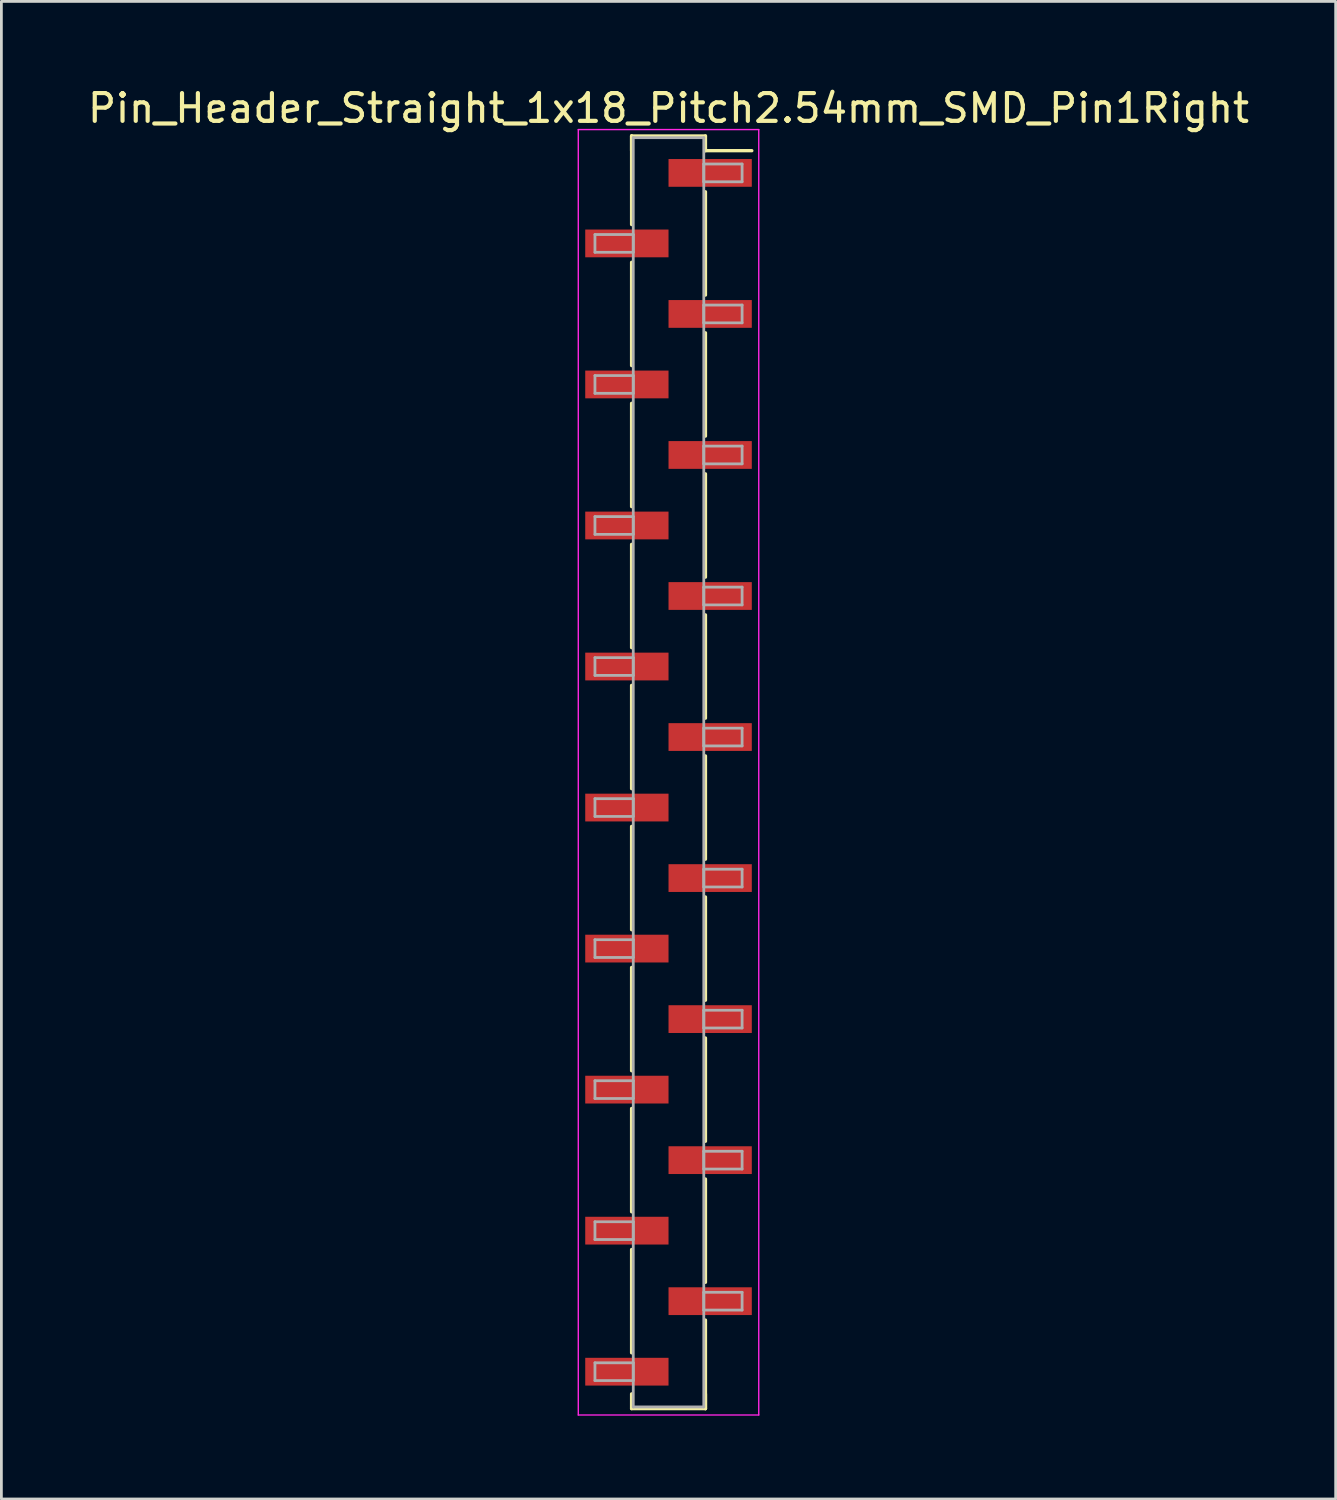
<source format=kicad_pcb>
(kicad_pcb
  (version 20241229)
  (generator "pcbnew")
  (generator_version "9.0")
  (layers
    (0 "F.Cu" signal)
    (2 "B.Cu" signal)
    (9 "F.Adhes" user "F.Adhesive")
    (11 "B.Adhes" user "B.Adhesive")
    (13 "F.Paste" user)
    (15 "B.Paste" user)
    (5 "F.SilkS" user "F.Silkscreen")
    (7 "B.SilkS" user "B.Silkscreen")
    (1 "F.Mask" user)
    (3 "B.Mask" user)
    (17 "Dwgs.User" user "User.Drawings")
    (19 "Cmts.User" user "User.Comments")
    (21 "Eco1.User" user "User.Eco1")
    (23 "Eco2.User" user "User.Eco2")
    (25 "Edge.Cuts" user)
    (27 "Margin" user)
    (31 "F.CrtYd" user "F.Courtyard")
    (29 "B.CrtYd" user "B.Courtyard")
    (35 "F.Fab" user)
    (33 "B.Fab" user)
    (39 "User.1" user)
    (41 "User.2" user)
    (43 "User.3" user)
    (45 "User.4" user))
  (footprint "Pin_Header_Straight_1x18_Pitch2.54mm_SMD_Pin1Right"
    (layer "F.Cu")
    (at 21.03 24.768)
    (property "Reference" "Pin_Header_Straight_1x18_Pitch2.54mm_SMD_Pin1Right" (at 0 -23.92 0) (layer "F.SilkS") (effects (font (size 1 1) (thickness 0.15))))
    (attr smd)
    (fp_line (start -1.33 -22.92) (end -1.33 -19.73) (stroke (width 0.12) (type solid)) (layer "F.SilkS"))
    (fp_line (start -1.33 -22.92) (end 1.33 -22.92) (stroke (width 0.12) (type solid)) (layer "F.SilkS"))
    (fp_line (start -1.33 -22.39) (end -1.33 -22.92) (stroke (width 0.12) (type solid)) (layer "F.SilkS"))
    (fp_line (start -1.33 -18.37) (end -1.33 -14.65) (stroke (width 0.12) (type solid)) (layer "F.SilkS"))
    (fp_line (start -1.33 -13.29) (end -1.33 -9.57) (stroke (width 0.12) (type solid)) (layer "F.SilkS"))
    (fp_line (start -1.33 -8.21) (end -1.33 -4.49) (stroke (width 0.12) (type solid)) (layer "F.SilkS"))
    (fp_line (start -1.33 -3.13) (end -1.33 0.59) (stroke (width 0.12) (type solid)) (layer "F.SilkS"))
    (fp_line (start -1.33 1.95) (end -1.33 5.67) (stroke (width 0.12) (type solid)) (layer "F.SilkS"))
    (fp_line (start -1.33 7.03) (end -1.33 10.75) (stroke (width 0.12) (type solid)) (layer "F.SilkS"))
    (fp_line (start -1.33 12.11) (end -1.33 15.83) (stroke (width 0.12) (type solid)) (layer "F.SilkS"))
    (fp_line (start -1.33 17.19) (end -1.33 20.91) (stroke (width 0.12) (type solid)) (layer "F.SilkS"))
    (fp_line (start -1.33 22.39) (end -1.33 22.92) (stroke (width 0.12) (type solid)) (layer "F.SilkS"))
    (fp_line (start -1.33 22.92) (end 1.33 22.92) (stroke (width 0.12) (type solid)) (layer "F.SilkS"))
    (fp_line (start 1.33 -22.92) (end 1.33 -22.39) (stroke (width 0.12) (type solid)) (layer "F.SilkS"))
    (fp_line (start 1.33 -22.39) (end 3 -22.39) (stroke (width 0.12) (type solid)) (layer "F.SilkS"))
    (fp_line (start 1.33 -20.91) (end 1.33 -17.19) (stroke (width 0.12) (type solid)) (layer "F.SilkS"))
    (fp_line (start 1.33 -15.83) (end 1.33 -12.11) (stroke (width 0.12) (type solid)) (layer "F.SilkS"))
    (fp_line (start 1.33 -10.75) (end 1.33 -7.03) (stroke (width 0.12) (type solid)) (layer "F.SilkS"))
    (fp_line (start 1.33 -5.67) (end 1.33 -1.95) (stroke (width 0.12) (type solid)) (layer "F.SilkS"))
    (fp_line (start 1.33 -0.59) (end 1.33 3.13) (stroke (width 0.12) (type solid)) (layer "F.SilkS"))
    (fp_line (start 1.33 4.49) (end 1.33 8.21) (stroke (width 0.12) (type solid)) (layer "F.SilkS"))
    (fp_line (start 1.33 9.57) (end 1.33 13.29) (stroke (width 0.12) (type solid)) (layer "F.SilkS"))
    (fp_line (start 1.33 14.65) (end 1.33 18.37) (stroke (width 0.12) (type solid)) (layer "F.SilkS"))
    (fp_line (start 1.33 19.73) (end 1.33 22.92) (stroke (width 0.12) (type solid)) (layer "F.SilkS"))
    (fp_line (start 1.33 22.92) (end 1.33 22.39) (stroke (width 0.12) (type solid)) (layer "F.SilkS"))
    (fp_line (start -3.25 -23.15) (end -3.25 23.15) (stroke (width 0.05) (type solid)) (layer "F.CrtYd"))
    (fp_line (start -3.25 23.15) (end 3.25 23.15) (stroke (width 0.05) (type solid)) (layer "F.CrtYd"))
    (fp_line (start 3.25 -23.15) (end -3.25 -23.15) (stroke (width 0.05) (type solid)) (layer "F.CrtYd"))
    (fp_line (start 3.25 23.15) (end 3.25 -23.15) (stroke (width 0.05) (type solid)) (layer "F.CrtYd"))
    (fp_line (start -2.65 -19.37) (end -1.27 -19.37) (stroke (width 0.1) (type solid)) (layer "F.Fab"))
    (fp_line (start -2.65 -18.73) (end -2.65 -19.37) (stroke (width 0.1) (type solid)) (layer "F.Fab"))
    (fp_line (start -2.65 -14.29) (end -1.27 -14.29) (stroke (width 0.1) (type solid)) (layer "F.Fab"))
    (fp_line (start -2.65 -13.65) (end -2.65 -14.29) (stroke (width 0.1) (type solid)) (layer "F.Fab"))
    (fp_line (start -2.65 -9.21) (end -1.27 -9.21) (stroke (width 0.1) (type solid)) (layer "F.Fab"))
    (fp_line (start -2.65 -8.57) (end -2.65 -9.21) (stroke (width 0.1) (type solid)) (layer "F.Fab"))
    (fp_line (start -2.65 -4.13) (end -1.27 -4.13) (stroke (width 0.1) (type solid)) (layer "F.Fab"))
    (fp_line (start -2.65 -3.49) (end -2.65 -4.13) (stroke (width 0.1) (type solid)) (layer "F.Fab"))
    (fp_line (start -2.65 0.95) (end -1.27 0.95) (stroke (width 0.1) (type solid)) (layer "F.Fab"))
    (fp_line (start -2.65 1.59) (end -2.65 0.95) (stroke (width 0.1) (type solid)) (layer "F.Fab"))
    (fp_line (start -2.65 6.03) (end -1.27 6.03) (stroke (width 0.1) (type solid)) (layer "F.Fab"))
    (fp_line (start -2.65 6.67) (end -2.65 6.03) (stroke (width 0.1) (type solid)) (layer "F.Fab"))
    (fp_line (start -2.65 11.11) (end -1.27 11.11) (stroke (width 0.1) (type solid)) (layer "F.Fab"))
    (fp_line (start -2.65 11.75) (end -2.65 11.11) (stroke (width 0.1) (type solid)) (layer "F.Fab"))
    (fp_line (start -2.65 16.19) (end -1.27 16.19) (stroke (width 0.1) (type solid)) (layer "F.Fab"))
    (fp_line (start -2.65 16.83) (end -2.65 16.19) (stroke (width 0.1) (type solid)) (layer "F.Fab"))
    (fp_line (start -2.65 21.27) (end -1.27 21.27) (stroke (width 0.1) (type solid)) (layer "F.Fab"))
    (fp_line (start -2.65 21.91) (end -2.65 21.27) (stroke (width 0.1) (type solid)) (layer "F.Fab"))
    (fp_line (start -1.27 -22.86) (end -1.27 22.86) (stroke (width 0.1) (type solid)) (layer "F.Fab"))
    (fp_line (start -1.27 -19.37) (end -1.27 -18.73) (stroke (width 0.1) (type solid)) (layer "F.Fab"))
    (fp_line (start -1.27 -18.73) (end -2.65 -18.73) (stroke (width 0.1) (type solid)) (layer "F.Fab"))
    (fp_line (start -1.27 -14.29) (end -1.27 -13.65) (stroke (width 0.1) (type solid)) (layer "F.Fab"))
    (fp_line (start -1.27 -13.65) (end -2.65 -13.65) (stroke (width 0.1) (type solid)) (layer "F.Fab"))
    (fp_line (start -1.27 -9.21) (end -1.27 -8.57) (stroke (width 0.1) (type solid)) (layer "F.Fab"))
    (fp_line (start -1.27 -8.57) (end -2.65 -8.57) (stroke (width 0.1) (type solid)) (layer "F.Fab"))
    (fp_line (start -1.27 -4.13) (end -1.27 -3.49) (stroke (width 0.1) (type solid)) (layer "F.Fab"))
    (fp_line (start -1.27 -3.49) (end -2.65 -3.49) (stroke (width 0.1) (type solid)) (layer "F.Fab"))
    (fp_line (start -1.27 0.95) (end -1.27 1.59) (stroke (width 0.1) (type solid)) (layer "F.Fab"))
    (fp_line (start -1.27 1.59) (end -2.65 1.59) (stroke (width 0.1) (type solid)) (layer "F.Fab"))
    (fp_line (start -1.27 6.03) (end -1.27 6.67) (stroke (width 0.1) (type solid)) (layer "F.Fab"))
    (fp_line (start -1.27 6.67) (end -2.65 6.67) (stroke (width 0.1) (type solid)) (layer "F.Fab"))
    (fp_line (start -1.27 11.11) (end -1.27 11.75) (stroke (width 0.1) (type solid)) (layer "F.Fab"))
    (fp_line (start -1.27 11.75) (end -2.65 11.75) (stroke (width 0.1) (type solid)) (layer "F.Fab"))
    (fp_line (start -1.27 16.19) (end -1.27 16.83) (stroke (width 0.1) (type solid)) (layer "F.Fab"))
    (fp_line (start -1.27 16.83) (end -2.65 16.83) (stroke (width 0.1) (type solid)) (layer "F.Fab"))
    (fp_line (start -1.27 21.27) (end -1.27 21.91) (stroke (width 0.1) (type solid)) (layer "F.Fab"))
    (fp_line (start -1.27 21.91) (end -2.65 21.91) (stroke (width 0.1) (type solid)) (layer "F.Fab"))
    (fp_line (start -1.27 22.86) (end 1.27 22.86) (stroke (width 0.1) (type solid)) (layer "F.Fab"))
    (fp_line (start 1.27 -22.86) (end -1.27 -22.86) (stroke (width 0.1) (type solid)) (layer "F.Fab"))
    (fp_line (start 1.27 -21.91) (end 1.27 -21.27) (stroke (width 0.1) (type solid)) (layer "F.Fab"))
    (fp_line (start 1.27 -21.27) (end 2.65 -21.27) (stroke (width 0.1) (type solid)) (layer "F.Fab"))
    (fp_line (start 1.27 -16.83) (end 1.27 -16.19) (stroke (width 0.1) (type solid)) (layer "F.Fab"))
    (fp_line (start 1.27 -16.19) (end 2.65 -16.19) (stroke (width 0.1) (type solid)) (layer "F.Fab"))
    (fp_line (start 1.27 -11.75) (end 1.27 -11.11) (stroke (width 0.1) (type solid)) (layer "F.Fab"))
    (fp_line (start 1.27 -11.11) (end 2.65 -11.11) (stroke (width 0.1) (type solid)) (layer "F.Fab"))
    (fp_line (start 1.27 -6.67) (end 1.27 -6.03) (stroke (width 0.1) (type solid)) (layer "F.Fab"))
    (fp_line (start 1.27 -6.03) (end 2.65 -6.03) (stroke (width 0.1) (type solid)) (layer "F.Fab"))
    (fp_line (start 1.27 -1.59) (end 1.27 -0.95) (stroke (width 0.1) (type solid)) (layer "F.Fab"))
    (fp_line (start 1.27 -0.95) (end 2.65 -0.95) (stroke (width 0.1) (type solid)) (layer "F.Fab"))
    (fp_line (start 1.27 3.49) (end 1.27 4.13) (stroke (width 0.1) (type solid)) (layer "F.Fab"))
    (fp_line (start 1.27 4.13) (end 2.65 4.13) (stroke (width 0.1) (type solid)) (layer "F.Fab"))
    (fp_line (start 1.27 8.57) (end 1.27 9.21) (stroke (width 0.1) (type solid)) (layer "F.Fab"))
    (fp_line (start 1.27 9.21) (end 2.65 9.21) (stroke (width 0.1) (type solid)) (layer "F.Fab"))
    (fp_line (start 1.27 13.65) (end 1.27 14.29) (stroke (width 0.1) (type solid)) (layer "F.Fab"))
    (fp_line (start 1.27 14.29) (end 2.65 14.29) (stroke (width 0.1) (type solid)) (layer "F.Fab"))
    (fp_line (start 1.27 18.73) (end 1.27 19.37) (stroke (width 0.1) (type solid)) (layer "F.Fab"))
    (fp_line (start 1.27 19.37) (end 2.65 19.37) (stroke (width 0.1) (type solid)) (layer "F.Fab"))
    (fp_line (start 1.27 22.86) (end 1.27 -22.86) (stroke (width 0.1) (type solid)) (layer "F.Fab"))
    (fp_line (start 2.65 -21.91) (end 1.27 -21.91) (stroke (width 0.1) (type solid)) (layer "F.Fab"))
    (fp_line (start 2.65 -21.27) (end 2.65 -21.91) (stroke (width 0.1) (type solid)) (layer "F.Fab"))
    (fp_line (start 2.65 -16.83) (end 1.27 -16.83) (stroke (width 0.1) (type solid)) (layer "F.Fab"))
    (fp_line (start 2.65 -16.19) (end 2.65 -16.83) (stroke (width 0.1) (type solid)) (layer "F.Fab"))
    (fp_line (start 2.65 -11.75) (end 1.27 -11.75) (stroke (width 0.1) (type solid)) (layer "F.Fab"))
    (fp_line (start 2.65 -11.11) (end 2.65 -11.75) (stroke (width 0.1) (type solid)) (layer "F.Fab"))
    (fp_line (start 2.65 -6.67) (end 1.27 -6.67) (stroke (width 0.1) (type solid)) (layer "F.Fab"))
    (fp_line (start 2.65 -6.03) (end 2.65 -6.67) (stroke (width 0.1) (type solid)) (layer "F.Fab"))
    (fp_line (start 2.65 -1.59) (end 1.27 -1.59) (stroke (width 0.1) (type solid)) (layer "F.Fab"))
    (fp_line (start 2.65 -0.95) (end 2.65 -1.59) (stroke (width 0.1) (type solid)) (layer "F.Fab"))
    (fp_line (start 2.65 3.49) (end 1.27 3.49) (stroke (width 0.1) (type solid)) (layer "F.Fab"))
    (fp_line (start 2.65 4.13) (end 2.65 3.49) (stroke (width 0.1) (type solid)) (layer "F.Fab"))
    (fp_line (start 2.65 8.57) (end 1.27 8.57) (stroke (width 0.1) (type solid)) (layer "F.Fab"))
    (fp_line (start 2.65 9.21) (end 2.65 8.57) (stroke (width 0.1) (type solid)) (layer "F.Fab"))
    (fp_line (start 2.65 13.65) (end 1.27 13.65) (stroke (width 0.1) (type solid)) (layer "F.Fab"))
    (fp_line (start 2.65 14.29) (end 2.65 13.65) (stroke (width 0.1) (type solid)) (layer "F.Fab"))
    (fp_line (start 2.65 18.73) (end 1.27 18.73) (stroke (width 0.1) (type solid)) (layer "F.Fab"))
    (fp_line (start 2.65 19.37) (end 2.65 18.73) (stroke (width 0.1) (type solid)) (layer "F.Fab"))
    (pad "1" smd rect (at 1.5 -21.59) (size 3 1) (layers "F.Cu" "F.Mask"))
    (pad "2" smd rect (at -1.5 -19.05) (size 3 1) (layers "F.Cu" "F.Mask"))
    (pad "3" smd rect (at 1.5 -16.51) (size 3 1) (layers "F.Cu" "F.Mask"))
    (pad "4" smd rect (at -1.5 -13.97) (size 3 1) (layers "F.Cu" "F.Mask"))
    (pad "5" smd rect (at 1.5 -11.43) (size 3 1) (layers "F.Cu" "F.Mask"))
    (pad "6" smd rect (at -1.5 -8.89) (size 3 1) (layers "F.Cu" "F.Mask"))
    (pad "7" smd rect (at 1.5 -6.35) (size 3 1) (layers "F.Cu" "F.Mask"))
    (pad "8" smd rect (at -1.5 -3.81) (size 3 1) (layers "F.Cu" "F.Mask"))
    (pad "9" smd rect (at 1.5 -1.27) (size 3 1) (layers "F.Cu" "F.Mask"))
    (pad "10" smd rect (at -1.5 1.27) (size 3 1) (layers "F.Cu" "F.Mask"))
    (pad "11" smd rect (at 1.5 3.81) (size 3 1) (layers "F.Cu" "F.Mask"))
    (pad "12" smd rect (at -1.5 6.35) (size 3 1) (layers "F.Cu" "F.Mask"))
    (pad "13" smd rect (at 1.5 8.89) (size 3 1) (layers "F.Cu" "F.Mask"))
    (pad "14" smd rect (at -1.5 11.43) (size 3 1) (layers "F.Cu" "F.Mask"))
    (pad "15" smd rect (at 1.5 13.97) (size 3 1) (layers "F.Cu" "F.Mask"))
    (pad "16" smd rect (at -1.5 16.51) (size 3 1) (layers "F.Cu" "F.Mask"))
    (pad "17" smd rect (at 1.5 19.05) (size 3 1) (layers "F.Cu" "F.Mask"))
    (pad "18" smd rect (at -1.5 21.59) (size 3 1) (layers "F.Cu" "F.Mask")))
  (gr_rect
    (start -3 -3)
    (end 45.06 50.943)
    (stroke (width 0.1) (type default))
    (fill no)
    (layer "Edge.Cuts")))
</source>
